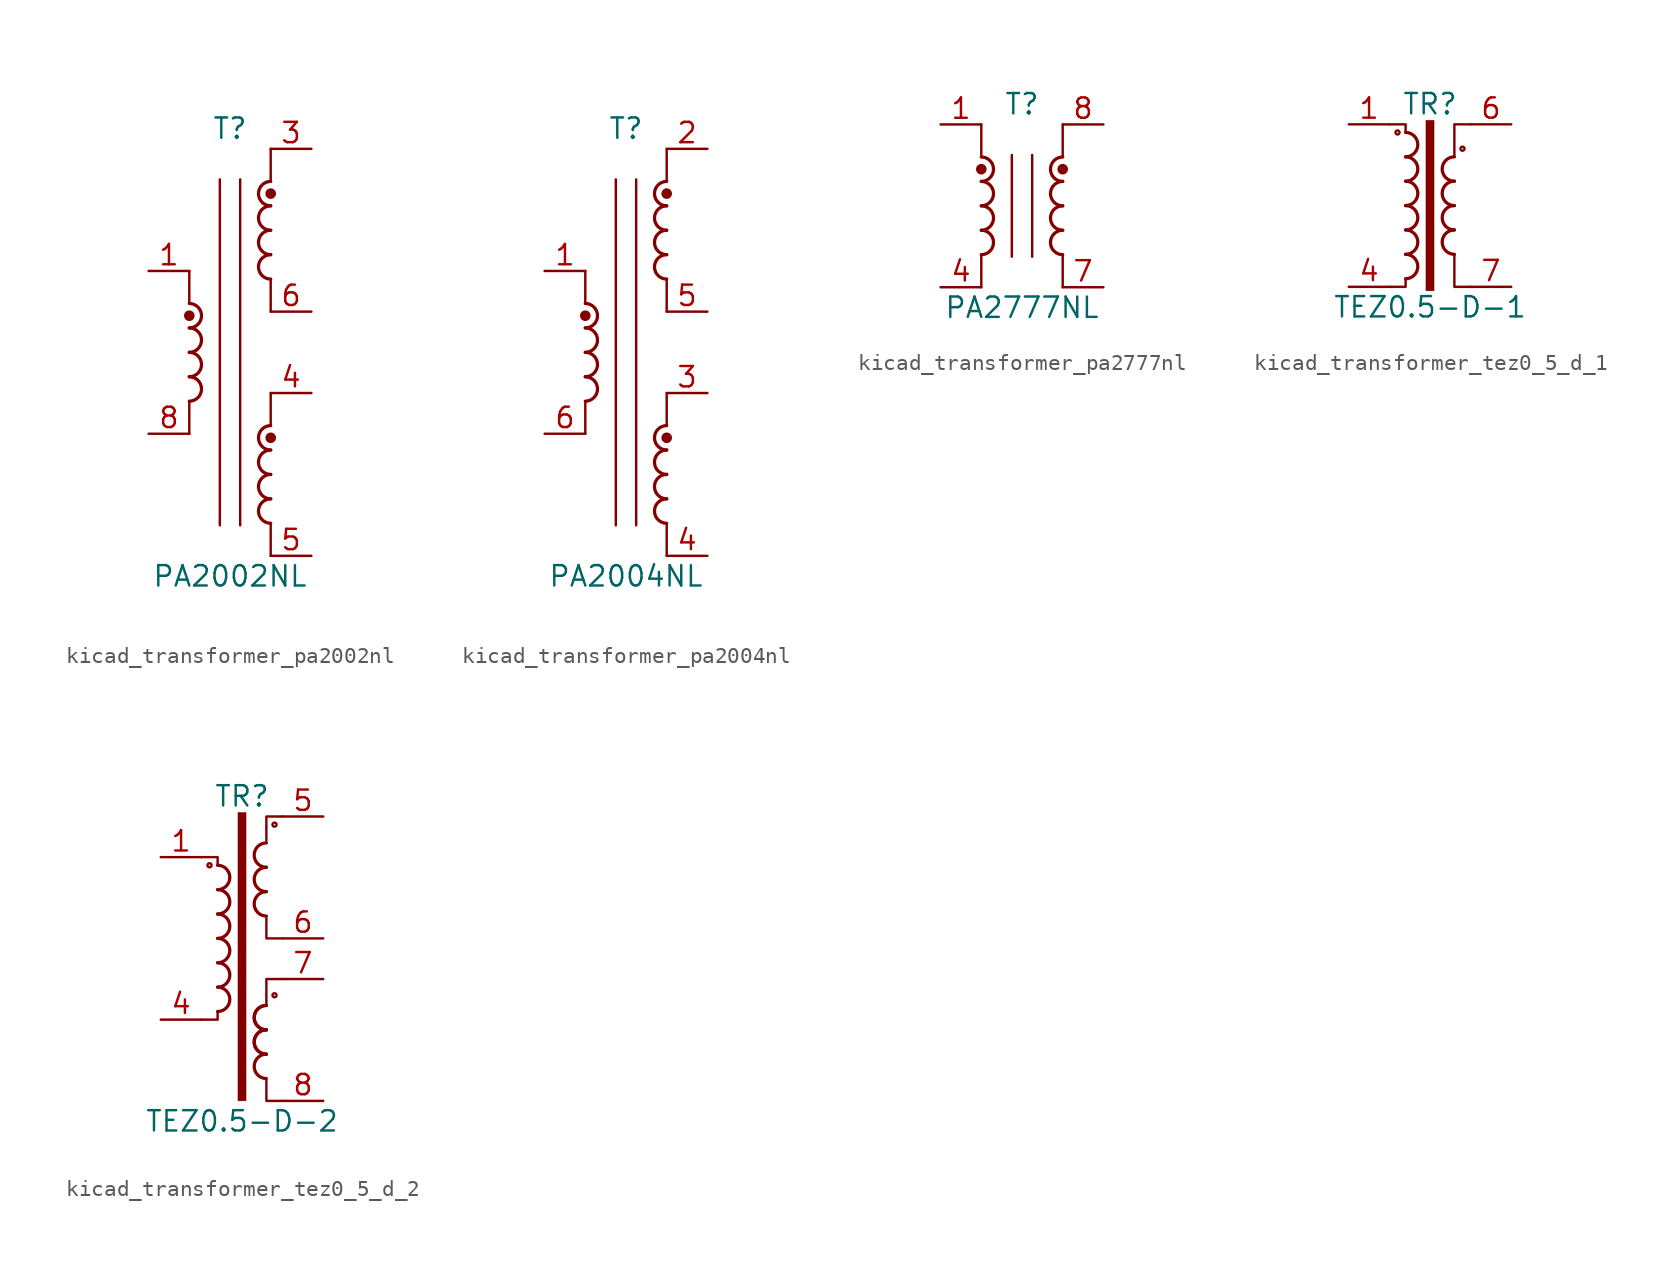
<source format=kicad_sym>
(kicad_symbol_lib
  (version 20220914)
  (generator kicad_symbol_editor)
  (symbol "kicad_transformer_pa2002nl"
    (pin_names hide)
    (property "Reference" "T"
      (at 0 13.97 0)
      (effects (font (size 1.27 1.27))))
    (property "Value" "PA2002NL"
      (at 0 -13.97 0)
      (effects (font (size 1.27 1.27))))
    (symbol "kicad_transformer_pa2002nl_0_1"
      (arc (start -2.54 -3.048) (mid -1.7813 -2.286) (end -2.54 -1.524) (stroke (width 0.2032) (type default)) (fill (type none)))
      (arc (start -2.54 -1.524) (mid -1.7813 -0.762) (end -2.54 0) (stroke (width 0.2032) (type default)) (fill (type none)))
      (arc (start -2.54 0) (mid -1.7813 0.762) (end -2.54 1.524) (stroke (width 0.2032) (type default)) (fill (type none)))
      (circle (center -2.54 2.286) (radius 0.254) (stroke (width 0) (type default)) (fill (type outline)))
      (polyline (pts (xy -2.54 -3.048) (xy -2.54 -5.08)) (stroke (width 0) (type default)) (fill (type none)))
      (polyline (pts (xy -2.54 5.08) (xy -2.54 3.048)) (stroke (width 0) (type default)) (fill (type none)))
      (polyline (pts (xy -0.635 10.795) (xy -0.635 -10.795)) (stroke (width 0) (type default)) (fill (type none)))
      (polyline (pts (xy 0.635 10.795) (xy 0.635 -10.795)) (stroke (width 0) (type default)) (fill (type none)))
      (polyline (pts (xy 2.54 -10.668) (xy 2.54 -12.7)) (stroke (width 0) (type default)) (fill (type none)))
      (polyline (pts (xy 2.54 -2.54) (xy 2.54 -4.572)) (stroke (width 0) (type default)) (fill (type none)))
      (polyline (pts (xy 2.54 4.572) (xy 2.54 2.54)) (stroke (width 0) (type default)) (fill (type none)))
      (polyline (pts (xy 2.54 12.7) (xy 2.54 10.668)) (stroke (width 0) (type default)) (fill (type none)))
      (arc (start 2.54 -9.144) (mid 1.7813 -9.906) (end 2.54 -10.668) (stroke (width 0.2032) (type default)) (fill (type none)))
      (arc (start 2.54 -7.62) (mid 1.7813 -8.382) (end 2.54 -9.144) (stroke (width 0.2032) (type default)) (fill (type none)))
      (arc (start 2.54 -6.096) (mid 1.7813 -6.858) (end 2.54 -7.62) (stroke (width 0.2032) (type default)) (fill (type none)))
      (circle (center 2.54 -5.334) (radius 0.254) (stroke (width 0) (type default)) (fill (type outline)))
      (arc (start 2.54 -4.572) (mid 1.7813 -5.334) (end 2.54 -6.096) (stroke (width 0.2032) (type default)) (fill (type none)))
      (arc (start 2.54 6.096) (mid 1.7813 5.334) (end 2.54 4.572) (stroke (width 0.2032) (type default)) (fill (type none)))
      (arc (start 2.54 7.62) (mid 1.7813 6.858) (end 2.54 6.096) (stroke (width 0.2032) (type default)) (fill (type none)))
      (arc (start 2.54 9.144) (mid 1.7813 8.382) (end 2.54 7.62) (stroke (width 0.2032) (type default)) (fill (type none)))
      (circle (center 2.54 9.906) (radius 0.254) (stroke (width 0) (type default)) (fill (type outline)))
      (arc (start 2.54 10.668) (mid 1.7813 9.906) (end 2.54 9.144) (stroke (width 0.2032) (type default)) (fill (type none))))
    (symbol "kicad_transformer_pa2002nl_1_1"
      (arc (start -2.54 1.524) (mid -1.7813 2.286) (end -2.54 3.048) (stroke (width 0.2032) (type default)) (fill (type none)))
      (pin passive line (at -5.08 5.08 0) (length 2.54) (name "~" (effects (font (size 1.27 1.27)))) (number "1" (effects (font (size 1.27 1.27)))))
      (pin passive line (at 5.08 12.7 180) (length 2.54) (name "~" (effects (font (size 1.27 1.27)))) (number "3" (effects (font (size 1.27 1.27)))))
      (pin passive line (at 5.08 -2.54 180) (length 2.54) (name "~" (effects (font (size 1.27 1.27)))) (number "4" (effects (font (size 1.27 1.27)))))
      (pin passive line (at 5.08 -12.7 180) (length 2.54) (name "~" (effects (font (size 1.27 1.27)))) (number "5" (effects (font (size 1.27 1.27)))))
      (pin passive line (at 5.08 2.54 180) (length 2.54) (name "~" (effects (font (size 1.27 1.27)))) (number "6" (effects (font (size 1.27 1.27)))))
      (pin passive line (at -5.08 -5.08 0) (length 2.54) (name "~" (effects (font (size 1.27 1.27)))) (number "8" (effects (font (size 1.27 1.27)))))))
  (symbol "kicad_transformer_pa2004nl"
    (pin_names hide)
    (property "Reference" "T"
      (at 0 13.97 0)
      (effects (font (size 1.27 1.27))))
    (property "Value" "PA2004NL"
      (at 0 -13.97 0)
      (effects (font (size 1.27 1.27))))
    (symbol "kicad_transformer_pa2004nl_0_1"
      (arc (start -2.54 -3.048) (mid -1.7813 -2.286) (end -2.54 -1.524) (stroke (width 0.2032) (type default)) (fill (type none)))
      (arc (start -2.54 -1.524) (mid -1.7813 -0.762) (end -2.54 0) (stroke (width 0.2032) (type default)) (fill (type none)))
      (arc (start -2.54 0) (mid -1.7813 0.762) (end -2.54 1.524) (stroke (width 0.2032) (type default)) (fill (type none)))
      (circle (center -2.54 2.286) (radius 0.254) (stroke (width 0) (type default)) (fill (type outline)))
      (polyline (pts (xy -2.54 -3.048) (xy -2.54 -5.08)) (stroke (width 0) (type default)) (fill (type none)))
      (polyline (pts (xy -2.54 5.08) (xy -2.54 3.048)) (stroke (width 0) (type default)) (fill (type none)))
      (polyline (pts (xy -0.635 10.795) (xy -0.635 -10.795)) (stroke (width 0) (type default)) (fill (type none)))
      (polyline (pts (xy 0.635 10.795) (xy 0.635 -10.795)) (stroke (width 0) (type default)) (fill (type none)))
      (polyline (pts (xy 2.54 -10.668) (xy 2.54 -12.7)) (stroke (width 0) (type default)) (fill (type none)))
      (polyline (pts (xy 2.54 -2.54) (xy 2.54 -4.572)) (stroke (width 0) (type default)) (fill (type none)))
      (polyline (pts (xy 2.54 4.572) (xy 2.54 2.54)) (stroke (width 0) (type default)) (fill (type none)))
      (polyline (pts (xy 2.54 12.7) (xy 2.54 10.668)) (stroke (width 0) (type default)) (fill (type none)))
      (arc (start 2.54 -9.144) (mid 1.7813 -9.906) (end 2.54 -10.668) (stroke (width 0.2032) (type default)) (fill (type none)))
      (arc (start 2.54 -7.62) (mid 1.7813 -8.382) (end 2.54 -9.144) (stroke (width 0.2032) (type default)) (fill (type none)))
      (arc (start 2.54 -6.096) (mid 1.7813 -6.858) (end 2.54 -7.62) (stroke (width 0.2032) (type default)) (fill (type none)))
      (circle (center 2.54 -5.334) (radius 0.254) (stroke (width 0) (type default)) (fill (type outline)))
      (arc (start 2.54 -4.572) (mid 1.7813 -5.334) (end 2.54 -6.096) (stroke (width 0.2032) (type default)) (fill (type none)))
      (arc (start 2.54 6.096) (mid 1.7813 5.334) (end 2.54 4.572) (stroke (width 0.2032) (type default)) (fill (type none)))
      (arc (start 2.54 7.62) (mid 1.7813 6.858) (end 2.54 6.096) (stroke (width 0.2032) (type default)) (fill (type none)))
      (arc (start 2.54 9.144) (mid 1.7813 8.382) (end 2.54 7.62) (stroke (width 0.2032) (type default)) (fill (type none)))
      (circle (center 2.54 9.906) (radius 0.254) (stroke (width 0) (type default)) (fill (type outline)))
      (arc (start 2.54 10.668) (mid 1.7813 9.906) (end 2.54 9.144) (stroke (width 0.2032) (type default)) (fill (type none))))
    (symbol "kicad_transformer_pa2004nl_1_1"
      (arc (start -2.54 1.524) (mid -1.7813 2.286) (end -2.54 3.048) (stroke (width 0.2032) (type default)) (fill (type none)))
      (pin passive line (at -5.08 5.08 0) (length 2.54) (name "~" (effects (font (size 1.27 1.27)))) (number "1" (effects (font (size 1.27 1.27)))))
      (pin passive line (at 5.08 12.7 180) (length 2.54) (name "~" (effects (font (size 1.27 1.27)))) (number "2" (effects (font (size 1.27 1.27)))))
      (pin passive line (at 5.08 -2.54 180) (length 2.54) (name "~" (effects (font (size 1.27 1.27)))) (number "3" (effects (font (size 1.27 1.27)))))
      (pin passive line (at 5.08 -12.7 180) (length 2.54) (name "~" (effects (font (size 1.27 1.27)))) (number "4" (effects (font (size 1.27 1.27)))))
      (pin passive line (at 5.08 2.54 180) (length 2.54) (name "~" (effects (font (size 1.27 1.27)))) (number "5" (effects (font (size 1.27 1.27)))))
      (pin passive line (at -5.08 -5.08 0) (length 2.54) (name "~" (effects (font (size 1.27 1.27)))) (number "6" (effects (font (size 1.27 1.27)))))))
  (symbol "kicad_transformer_pa2777nl"
    (pin_names hide)
    (property "Reference" "T"
      (at 0 6.35 0)
      (effects (font (size 1.27 1.27))))
    (property "Value" "PA2777NL"
      (at 0 -6.35 0)
      (effects (font (size 1.27 1.27))))
    (symbol "kicad_transformer_pa2777nl_0_1"
      (arc (start -2.54 -3.048) (mid -1.7813 -2.286) (end -2.54 -1.524) (stroke (width 0.2032) (type default)) (fill (type none)))
      (arc (start -2.54 -1.524) (mid -1.7813 -0.762) (end -2.54 0) (stroke (width 0.2032) (type default)) (fill (type none)))
      (arc (start -2.54 0) (mid -1.7813 0.762) (end -2.54 1.524) (stroke (width 0.2032) (type default)) (fill (type none)))
      (circle (center -2.54 2.286) (radius 0.254) (stroke (width 0) (type default)) (fill (type outline)))
      (polyline (pts (xy -2.54 -3.048) (xy -2.54 -5.08)) (stroke (width 0) (type default)) (fill (type none)))
      (polyline (pts (xy -2.54 5.08) (xy -2.54 3.048)) (stroke (width 0) (type default)) (fill (type none)))
      (polyline (pts (xy -0.635 3.175) (xy -0.635 -3.175)) (stroke (width 0) (type default)) (fill (type none)))
      (polyline (pts (xy 0.635 3.175) (xy 0.635 -3.175)) (stroke (width 0) (type default)) (fill (type none)))
      (polyline (pts (xy 2.54 -3.048) (xy 2.54 -5.08)) (stroke (width 0) (type default)) (fill (type none)))
      (polyline (pts (xy 2.54 5.08) (xy 2.54 3.048)) (stroke (width 0) (type default)) (fill (type none)))
      (arc (start 2.54 -1.524) (mid 1.7813 -2.286) (end 2.54 -3.048) (stroke (width 0.2032) (type default)) (fill (type none)))
      (arc (start 2.54 0) (mid 1.7813 -0.762) (end 2.54 -1.524) (stroke (width 0.2032) (type default)) (fill (type none)))
      (arc (start 2.54 1.524) (mid 1.7813 0.762) (end 2.54 0) (stroke (width 0.2032) (type default)) (fill (type none)))
      (circle (center 2.54 2.286) (radius 0.254) (stroke (width 0) (type default)) (fill (type outline)))
      (arc (start 2.54 3.048) (mid 1.7813 2.286) (end 2.54 1.524) (stroke (width 0.2032) (type default)) (fill (type none))))
    (symbol "kicad_transformer_pa2777nl_1_1"
      (arc (start -2.54 1.524) (mid -1.7813 2.286) (end -2.54 3.048) (stroke (width 0.2032) (type default)) (fill (type none)))
      (pin passive line (at -5.08 5.08 0) (length 2.54) (name "~" (effects (font (size 1.27 1.27)))) (number "1" (effects (font (size 1.27 1.27)))))
      (pin passive line (at -5.08 -5.08 0) (length 2.54) (name "~" (effects (font (size 1.27 1.27)))) (number "4" (effects (font (size 1.27 1.27)))))
      (pin passive line (at 5.08 -5.08 180) (length 2.54) (name "~" (effects (font (size 1.27 1.27)))) (number "7" (effects (font (size 1.27 1.27)))))
      (pin passive line (at 5.08 5.08 180) (length 2.54) (name "~" (effects (font (size 1.27 1.27)))) (number "8" (effects (font (size 1.27 1.27)))))))
  (symbol "kicad_transformer_tez0_5_d_1"
    (pin_names
      (offset 0.025))
    (property "Reference" "TR"
      (at 0 6.35 0)
      (effects (font (size 1.27 1.27))))
    (property "Value" "TEZ0.5-D-1"
      (at 0 -6.35 0)
      (effects (font (size 1.27 1.27))))
    (symbol "kicad_transformer_tez0_5_d_1_0_1"
      (circle (center -2.032 4.572) (radius 0.127) (stroke (width 0) (type default)) (fill (type none)))
      (arc (start -1.524 -4.572) (mid -0.7653 -3.81) (end -1.524 -3.048) (stroke (width 0.2032) (type default)) (fill (type none)))
      (arc (start -1.524 -3.048) (mid -0.7653 -2.286) (end -1.524 -1.524) (stroke (width 0.2032) (type default)) (fill (type none)))
      (arc (start -1.524 -1.524) (mid -0.7653 -0.762) (end -1.524 0) (stroke (width 0.2032) (type default)) (fill (type none)))
      (arc (start -1.524 0) (mid -0.7653 0.762) (end -1.524 1.524) (stroke (width 0.2032) (type default)) (fill (type none)))
      (arc (start -1.524 1.524) (mid -0.7653 2.286) (end -1.524 3.048) (stroke (width 0.2032) (type default)) (fill (type none)))
      (arc (start -1.524 3.048) (mid -0.7653 3.81) (end -1.524 4.572) (stroke (width 0.2032) (type default)) (fill (type none)))
      (rectangle (start -0.254 5.334) (end 0.254 -5.334) (stroke (width 0.025) (type default)) (fill (type outline)))
      (polyline (pts (xy -1.524 -4.572) (xy -1.524 -5.08) (xy -2.54 -5.08)) (stroke (width 0) (type default)) (fill (type none)))
      (polyline (pts (xy -1.524 4.572) (xy -1.524 5.08) (xy -2.54 5.08)) (stroke (width 0) (type default)) (fill (type none)))
      (polyline (pts (xy 1.524 3.048) (xy 1.524 5.08) (xy 2.54 5.08) (xy 2.54 5.08)) (stroke (width 0.152) (type default)) (fill (type none)))
      (polyline (pts (xy 2.54 -5.08) (xy 1.524 -5.08) (xy 1.524 -3.048) (xy 1.524 -3.048)) (stroke (width 0.152) (type default)) (fill (type none)))
      (arc (start 1.524 -1.524) (mid 0.7653 -2.286) (end 1.524 -3.048) (stroke (width 0.2032) (type default)) (fill (type none)))
      (arc (start 1.524 0) (mid 0.7653 -0.762) (end 1.524 -1.524) (stroke (width 0.2032) (type default)) (fill (type none)))
      (arc (start 1.524 1.524) (mid 0.7653 0.762) (end 1.524 0) (stroke (width 0.2032) (type default)) (fill (type none)))
      (arc (start 1.524 3.048) (mid 0.7653 2.286) (end 1.524 1.524) (stroke (width 0.2032) (type default)) (fill (type none)))
      (circle (center 2.032 3.556) (radius 0.127) (stroke (width 0) (type default)) (fill (type none))))
    (symbol "kicad_transformer_tez0_5_d_1_1_1"
      (pin passive line (at -5.08 5.08 0) (length 2.54) (name "~" (effects (font (size 1.27 1.27)))) (number "1" (effects (font (size 1.27 1.27)))))
      (pin passive line (at -5.08 -5.08 0) (length 2.54) (name "~" (effects (font (size 1.27 1.27)))) (number "4" (effects (font (size 1.27 1.27)))))
      (pin passive line (at 5.08 5.08 180) (length 2.54) (name "~" (effects (font (size 1.27 1.27)))) (number "6" (effects (font (size 1.27 1.27)))))
      (pin passive line (at 5.08 -5.08 180) (length 2.54) (name "~" (effects (font (size 1.27 1.27)))) (number "7" (effects (font (size 1.27 1.27)))))))
  (symbol "kicad_transformer_tez0_5_d_2"
    (pin_names
      (offset 0.025))
    (property "Reference" "TR"
      (at 0 8.89 0)
      (effects (font (size 1.27 1.27))))
    (property "Value" "TEZ0.5-D-2"
      (at 0 -11.43 0)
      (effects (font (size 1.27 1.27))))
    (symbol "kicad_transformer_tez0_5_d_2_0_1"
      (circle (center -2.032 4.572) (radius 0.127) (stroke (width 0) (type default)) (fill (type none)))
      (arc (start -1.524 -4.572) (mid -0.7653 -3.81) (end -1.524 -3.048) (stroke (width 0.2032) (type default)) (fill (type none)))
      (arc (start -1.524 -3.048) (mid -0.7653 -2.286) (end -1.524 -1.524) (stroke (width 0.2032) (type default)) (fill (type none)))
      (arc (start -1.524 -1.524) (mid -0.7653 -0.762) (end -1.524 0) (stroke (width 0.2032) (type default)) (fill (type none)))
      (arc (start -1.524 0) (mid -0.7653 0.762) (end -1.524 1.524) (stroke (width 0.2032) (type default)) (fill (type none)))
      (arc (start -1.524 1.524) (mid -0.7653 2.286) (end -1.524 3.048) (stroke (width 0.2032) (type default)) (fill (type none)))
      (arc (start -1.524 3.048) (mid -0.7653 3.81) (end -1.524 4.572) (stroke (width 0.2032) (type default)) (fill (type none)))
      (rectangle (start -0.254 7.874) (end 0.254 -10.16) (stroke (width 0.025) (type default)) (fill (type outline)))
      (polyline (pts (xy -1.524 -4.572) (xy -1.524 -5.08) (xy -2.54 -5.08)) (stroke (width 0) (type default)) (fill (type none)))
      (polyline (pts (xy -1.524 4.572) (xy -1.524 5.08) (xy -2.54 5.08)) (stroke (width 0) (type default)) (fill (type none)))
      (polyline (pts (xy 1.524 -8.89) (xy 1.524 -10.16) (xy 2.54 -10.16)) (stroke (width 0) (type default)) (fill (type none)))
      (polyline (pts (xy 2.54 -2.54) (xy 1.524 -2.54) (xy 1.524 -4.064)) (stroke (width 0) (type default)) (fill (type none)))
      (polyline (pts (xy 2.54 0) (xy 1.524 0) (xy 1.524 1.27)) (stroke (width 0) (type default)) (fill (type none)))
      (polyline (pts (xy 2.54 7.62) (xy 1.524 7.62) (xy 1.524 6.096)) (stroke (width 0) (type default)) (fill (type none)))
      (arc (start 1.524 -7.239) (mid 0.7653 -8.001) (end 1.524 -8.763) (stroke (width 0.2032) (type default)) (fill (type none)))
      (arc (start 1.524 -5.715) (mid 0.7653 -6.477) (end 1.524 -7.239) (stroke (width 0.2032) (type default)) (fill (type none)))
      (arc (start 1.524 -5.715) (mid 0.7653 -6.477) (end 1.524 -7.239) (stroke (width 0.2032) (type default)) (fill (type none)))
      (arc (start 1.524 -4.191) (mid 0.7653 -4.953) (end 1.524 -5.715) (stroke (width 0.2032) (type default)) (fill (type none)))
      (arc (start 1.524 -4.191) (mid 0.7653 -4.953) (end 1.524 -5.715) (stroke (width 0.2032) (type default)) (fill (type none)))
      (arc (start 1.524 2.921) (mid 0.7653 2.159) (end 1.524 1.397) (stroke (width 0.2032) (type default)) (fill (type none)))
      (arc (start 1.524 4.445) (mid 0.7653 3.683) (end 1.524 2.921) (stroke (width 0.2032) (type default)) (fill (type none)))
      (arc (start 1.524 5.969) (mid 0.7653 5.207) (end 1.524 4.445) (stroke (width 0.2032) (type default)) (fill (type none)))
      (circle (center 2.032 -3.556) (radius 0.127) (stroke (width 0) (type default)) (fill (type none)))
      (circle (center 2.032 7.112) (radius 0.127) (stroke (width 0) (type default)) (fill (type none))))
    (symbol "kicad_transformer_tez0_5_d_2_1_1"
      (pin passive line (at -5.08 5.08 0) (length 2.54) (name "~" (effects (font (size 1.27 1.27)))) (number "1" (effects (font (size 1.27 1.27)))))
      (pin passive line (at -5.08 -5.08 0) (length 2.54) (name "~" (effects (font (size 1.27 1.27)))) (number "4" (effects (font (size 1.27 1.27)))))
      (pin passive line (at 5.08 7.62 180) (length 2.54) (name "~" (effects (font (size 1.27 1.27)))) (number "5" (effects (font (size 1.27 1.27)))))
      (pin passive line (at 5.08 0 180) (length 2.54) (name "~" (effects (font (size 1.27 1.27)))) (number "6" (effects (font (size 1.27 1.27)))))
      (pin passive line (at 5.08 -2.54 180) (length 2.54) (name "~" (effects (font (size 1.27 1.27)))) (number "7" (effects (font (size 1.27 1.27)))))
      (pin passive line (at 5.08 -10.16 180) (length 2.54) (name "~" (effects (font (size 1.27 1.27)))) (number "8" (effects (font (size 1.27 1.27))))))))
</source>
